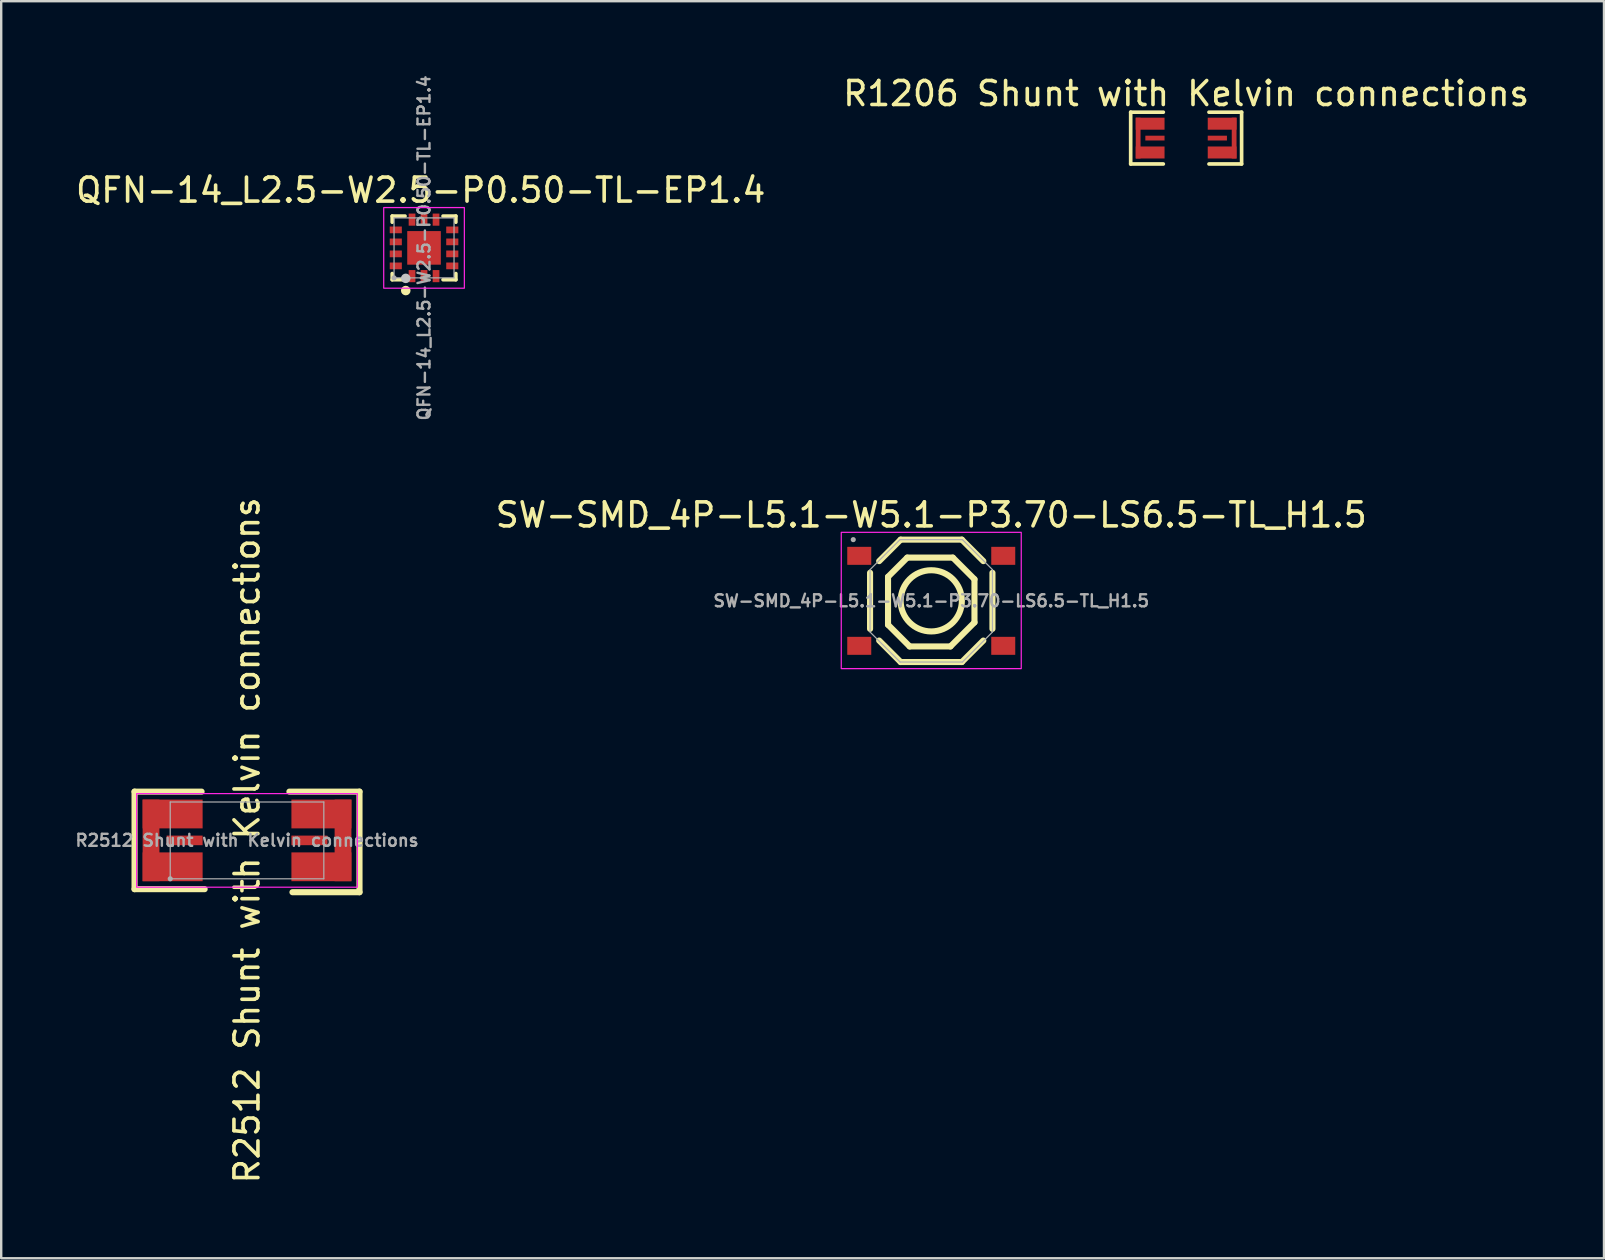
<source format=kicad_pcb>
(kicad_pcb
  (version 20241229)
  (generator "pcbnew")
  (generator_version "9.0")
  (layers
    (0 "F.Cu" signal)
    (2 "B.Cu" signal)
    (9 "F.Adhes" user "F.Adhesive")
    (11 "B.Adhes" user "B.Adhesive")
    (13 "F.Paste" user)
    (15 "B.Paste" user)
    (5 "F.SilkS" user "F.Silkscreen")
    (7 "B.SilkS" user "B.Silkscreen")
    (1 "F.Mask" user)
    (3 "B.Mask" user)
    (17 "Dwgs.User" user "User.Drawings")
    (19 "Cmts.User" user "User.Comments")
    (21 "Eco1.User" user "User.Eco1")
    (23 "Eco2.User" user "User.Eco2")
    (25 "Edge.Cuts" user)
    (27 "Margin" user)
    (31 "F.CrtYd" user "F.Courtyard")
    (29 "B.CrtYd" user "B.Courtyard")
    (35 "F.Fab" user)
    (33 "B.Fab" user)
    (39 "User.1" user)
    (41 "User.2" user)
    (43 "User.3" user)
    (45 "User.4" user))
  (footprint "SW-SMD_4P-L5.1-W5.1-P3.70-LS6.5-TL_H1.5"
    (layer "F.Cu")
    (at 35.754 21.986)
    (property "Reference" "SW-SMD_4P-L5.1-W5.1-P3.70-LS6.5-TL_H1.5" (at 0 -3.58 0) (layer "F.SilkS") (effects (font (size 1 1) (thickness 0.15))))
    (fp_line (start -2.55 -1.169) (end -2.55 1.169) (stroke (width 0.254) (type default)) (layer "F.SilkS"))
    (fp_line (start -2.17 1.655) (end -1.275 2.55) (stroke (width 0.254) (type default)) (layer "F.SilkS"))
    (fp_line (start -1.801 -1.001) (end -1.001 -1.801) (stroke (width 0.254) (type default)) (layer "F.SilkS"))
    (fp_line (start -1.801 0.998) (end -1.801 -1.001) (stroke (width 0.254) (type default)) (layer "F.SilkS"))
    (fp_line (start -1.275 -2.55) (end -2.17 -1.655) (stroke (width 0.254) (type default)) (layer "F.SilkS"))
    (fp_line (start -1.275 -2.55) (end 1.275 -2.55) (stroke (width 0.254) (type default)) (layer "F.SilkS"))
    (fp_line (start -1.275 2.55) (end 1.275 2.55) (stroke (width 0.254) (type default)) (layer "F.SilkS"))
    (fp_line (start -1.001 -1.801) (end 0.899 -1.801) (stroke (width 0.254) (type default)) (layer "F.SilkS"))
    (fp_line (start -0.899 1.9) (end -1.801 0.998) (stroke (width 0.254) (type default)) (layer "F.SilkS"))
    (fp_line (start 0.8 1.9) (end -0.899 1.9) (stroke (width 0.254) (type default)) (layer "F.SilkS"))
    (fp_line (start 0.899 -1.801) (end 1.801 -0.899) (stroke (width 0.254) (type default)) (layer "F.SilkS"))
    (fp_line (start 1.275 -2.55) (end 2.17 -1.655) (stroke (width 0.254) (type default)) (layer "F.SilkS"))
    (fp_line (start 1.801 -0.899) (end 1.801 0.899) (stroke (width 0.254) (type default)) (layer "F.SilkS"))
    (fp_line (start 1.801 0.899) (end 0.8 1.9) (stroke (width 0.254) (type default)) (layer "F.SilkS"))
    (fp_line (start 2.17 1.655) (end 1.275 2.55) (stroke (width 0.254) (type default)) (layer "F.SilkS"))
    (fp_line (start 2.55 -1.169) (end 2.55 1.169) (stroke (width 0.254) (type default)) (layer "F.SilkS"))
    (fp_circle (center 0 0) (end 1.275 0) (stroke (width 0.254) (type default)) (fill no) (layer "F.SilkS"))
    (fp_rect (start -3.75 -2.855) (end 3.75 2.825) (stroke (width 0.05) (type default)) (fill no) (layer "F.CrtYd"))
    (fp_line (start -2.55 -1.3) (end -1.3 -2.55) (stroke (width 0.051) (type default)) (layer "F.Fab"))
    (fp_line (start -2.55 1.3) (end -2.55 -1.3) (stroke (width 0.051) (type default)) (layer "F.Fab"))
    (fp_line (start -1.3 -2.55) (end 1.3 -2.55) (stroke (width 0.051) (type default)) (layer "F.Fab"))
    (fp_line (start -1.3 2.55) (end -2.55 1.3) (stroke (width 0.051) (type default)) (layer "F.Fab"))
    (fp_line (start 1.3 -2.55) (end 2.55 -1.3) (stroke (width 0.051) (type default)) (layer "F.Fab"))
    (fp_line (start 1.3 2.55) (end -1.3 2.55) (stroke (width 0.051) (type default)) (layer "F.Fab"))
    (fp_line (start 2.55 -1.3) (end 2.55 1.3) (stroke (width 0.051) (type default)) (layer "F.Fab"))
    (fp_line (start 2.55 1.3) (end 1.3 2.55) (stroke (width 0.051) (type default)) (layer "F.Fab"))
    (fp_poly (pts (xy -3.195 -2.573) (xy -3.227 -2.605) (xy -3.273 -2.605) (xy -3.305 -2.573) (xy -3.305 -2.527) (xy -3.273 -2.495) (xy -3.227 -2.495) (xy -3.195 -2.527)) (stroke (width 0.1) (type default)) (fill no) (layer "F.Fab"))
    (fp_poly (pts (xy -3.25 -1.599) (xy -3.25 -2.099) (xy -2.85 -2.099) (xy -2.85 -1.599)) (stroke (width 0.1) (type default)) (fill no) (layer "User.1"))
    (fp_poly (pts (xy -3.25 2.1) (xy -3.25 1.601) (xy -2.85 1.601) (xy -2.85 2.1)) (stroke (width 0.1) (type default)) (fill no) (layer "User.1"))
    (fp_poly (pts (xy -2.2 -1.599) (xy -1.7 -2.099) (xy -2.86 -2.1) (xy -2.86 -1.6)) (stroke (width 0.1) (type default)) (fill no) (layer "User.1"))
    (fp_poly (pts (xy -2.2 1.6) (xy -1.7 2.1) (xy -2.86 2.1) (xy -2.86 1.6)) (stroke (width 0.1) (type default)) (fill no) (layer "User.1"))
    (fp_poly (pts (xy 2.2 -1.6) (xy 1.7 -2.1) (xy 2.86 -2.1) (xy 2.86 -1.601)) (stroke (width 0.1) (type default)) (fill no) (layer "User.1"))
    (fp_poly (pts (xy 2.201 1.601) (xy 1.7 2.1) (xy 2.861 2.101) (xy 2.861 1.601)) (stroke (width 0.1) (type default)) (fill no) (layer "User.1"))
    (fp_poly (pts (xy 2.85 -1.601) (xy 2.85 -2.1) (xy 3.25 -2.1) (xy 3.25 -1.601)) (stroke (width 0.1) (type default)) (fill no) (layer "User.1"))
    (fp_poly (pts (xy 2.85 2.1) (xy 2.85 1.601) (xy 3.25 1.601) (xy 3.25 2.1)) (stroke (width 0.1) (type default)) (fill no) (layer "User.1"))
    (fp_text user "${REFERENCE}" (at 0 0 0) (layer "F.Fab") (effects (font (size 0.5 0.5) (thickness 0.1))))
    (pad "1" smd rect (at -3 -1.875) (size 1 0.75) (layers "F.Cu" "F.Mask" "F.Paste"))
    (pad "2" smd rect (at 3 -1.875) (size 1 0.75) (layers "F.Cu" "F.Mask" "F.Paste"))
    (pad "3" smd rect (at -3 1.875) (size 1 0.75) (layers "F.Cu" "F.Mask" "F.Paste"))
    (pad "4" smd rect (at 3 1.875) (size 1 0.75) (layers "F.Cu" "F.Mask" "F.Paste")))
  (footprint "R1206 Shunt with Kelvin connections"
    (layer "F.Cu")
    (at 46.375 2.704)
    (property "Reference" "R1206 Shunt with Kelvin connections" (at 0 -1.855 0) (layer "F.SilkS") (effects (font (size 1 1) (thickness 0.15))))
    (fp_line (start -2.311 -1.079) (end -0.951 -1.079) (stroke (width 0.152) (type default)) (layer "F.SilkS"))
    (fp_line (start -2.311 1.079) (end -2.311 -1.079) (stroke (width 0.152) (type default)) (layer "F.SilkS"))
    (fp_line (start -0.951 1.079) (end -2.311 1.079) (stroke (width 0.152) (type default)) (layer "F.SilkS"))
    (fp_line (start 0.951 1.079) (end 2.311 1.079) (stroke (width 0.152) (type default)) (layer "F.SilkS"))
    (fp_line (start 2.311 -1.079) (end 0.951 -1.079) (stroke (width 0.152) (type default)) (layer "F.SilkS"))
    (fp_line (start 2.311 1.079) (end 2.311 -1.079) (stroke (width 0.152) (type default)) (layer "F.SilkS"))
    (fp_poly (pts (xy -1.55 0.787) (xy -1.55 -0.787) (xy -1.1 -0.787) (xy -1.1 0.787)) (stroke (width 0.1) (type default)) (fill no) (layer "User.1"))
    (fp_poly (pts (xy 1.55 0.787) (xy 1.55 -0.787) (xy 1.1 -0.787) (xy 1.1 0.787)) (stroke (width 0.1) (type default)) (fill no) (layer "User.1"))
    (fp_line (start -1.55 -0.787) (end 1.55 -0.787) (stroke (width 0.051) (type default)) (layer "User.2"))
    (fp_line (start -1.55 0.787) (end -1.55 -0.787) (stroke (width 0.051) (type default)) (layer "User.2"))
    (fp_line (start 1.55 -0.787) (end 1.55 0.787) (stroke (width 0.051) (type default)) (layer "User.2"))
    (fp_line (start 1.55 0.787) (end -1.55 0.787) (stroke (width 0.051) (type default)) (layer "User.2"))
    (fp_poly (pts (xy -1.495 0.765) (xy -1.527 0.732) (xy -1.573 0.732) (xy -1.605 0.765) (xy -1.605 0.81) (xy -1.573 0.843) (xy -1.527 0.843) (xy -1.495 0.81)) (stroke (width 0.1) (type default)) (fill no) (layer "User.3"))
    (pad "1" smd rect (at -2 0) (size 0.2 1.7) (layers "F.Cu"))
    (pad "1" smd rect (at -1.5 -0.6) (size 1.2 0.5) (layers "F.Cu" "F.Mask" "F.Paste") (padstack (mode custom) (layer "B.Cu" (shape rect) (size 1.208 0.5))))
    (pad "1" smd rect (at -1.5 0.6) (size 1.2 0.5) (layers "F.Cu" "F.Mask" "F.Paste") (padstack (mode custom) (layer "B.Cu" (shape rect) (size 1.208 0.5))))
    (pad "2" smd rect (at 1.5 -0.6) (size 1.2 0.5) (layers "F.Cu" "F.Mask" "F.Paste") (padstack (mode custom) (layer "B.Cu" (shape rect) (size 1.208 0.5))))
    (pad "2" smd rect (at 1.5 0.6) (size 1.2 0.5) (layers "F.Cu" "F.Mask" "F.Paste") (padstack (mode custom) (layer "B.Cu" (shape rect) (size 1.208 0.5))))
    (pad "2" smd rect (at 2 0) (size 0.2 1.7) (layers "F.Cu"))
    (pad "3" smd rect (at -1.3 0) (size 0.8 0.2) (layers "F.Cu" "F.Mask" "F.Paste"))
    (pad "4" smd rect (at 1.3 0) (size 0.8 0.2) (layers "F.Cu" "F.Mask" "F.Paste")))
  (footprint "QFN-14_L2.5-W2.5-P0.50-TL-EP1.4"
    (layer "F.Cu")
    (at 14.619 7.279)
    (property "Reference" "QFN-14_L2.5-W2.5-P0.50-TL-EP1.4" (at -0.137 -2.405 0) (layer "F.SilkS") (effects (font (size 1 1) (thickness 0.15))))
    (fp_line (start -1.326 -1.326) (end -1.326 -1.07) (stroke (width 0.152) (type default)) (layer "F.SilkS"))
    (fp_line (start -1.326 -1.326) (end -0.792 -1.326) (stroke (width 0.152) (type default)) (layer "F.SilkS"))
    (fp_line (start -1.326 1.07) (end -1.326 1.326) (stroke (width 0.152) (type default)) (layer "F.SilkS"))
    (fp_line (start -1.326 1.326) (end -0.792 1.326) (stroke (width 0.152) (type default)) (layer "F.SilkS"))
    (fp_line (start 1.326 -1.326) (end 0.792 -1.326) (stroke (width 0.152) (type default)) (layer "F.SilkS"))
    (fp_line (start 1.326 -1.326) (end 1.326 -1.07) (stroke (width 0.152) (type default)) (layer "F.SilkS"))
    (fp_line (start 1.326 1.07) (end 1.326 1.326) (stroke (width 0.152) (type default)) (layer "F.SilkS"))
    (fp_line (start 1.326 1.326) (end 0.792 1.326) (stroke (width 0.152) (type default)) (layer "F.SilkS"))
    (fp_circle (center -0.762 1.778) (end -0.762 1.678) (stroke (width 0.2) (type default)) (fill no) (layer "F.SilkS"))
    (fp_circle (center -0.762 1.27) (end -0.762 1.17) (stroke (width 0.2) (type default)) (fill no) (layer "Dwgs.User"))
    (fp_rect (start -1.68 -1.68) (end 1.68 1.68) (stroke (width 0.05) (type default)) (fill no) (layer "F.CrtYd"))
    (fp_line (start -1.25 -1.25) (end -1.25 1.25) (stroke (width 0.051) (type default)) (layer "F.Fab"))
    (fp_line (start -1.25 1.25) (end 1.25 1.25) (stroke (width 0.051) (type default)) (layer "F.Fab"))
    (fp_line (start 1.25 -1.25) (end -1.25 -1.25) (stroke (width 0.051) (type default)) (layer "F.Fab"))
    (fp_line (start 1.25 1.25) (end 1.25 -1.25) (stroke (width 0.051) (type default)) (layer "F.Fab"))
    (fp_poly (pts (xy -1.273 1.195) (xy -1.305 1.227) (xy -1.305 1.273) (xy -1.273 1.305) (xy -1.227 1.305) (xy -1.195 1.273) (xy -1.195 1.227) (xy -1.227 1.195)) (stroke (width 0.1) (type default)) (fill no) (layer "F.Fab"))
    (fp_rect (start -1.25 -0.875) (end -0.95 -0.625) (stroke (width 0.1) (type default)) (fill no) (layer "User.1"))
    (fp_rect (start -1.25 -0.375) (end -0.95 -0.125) (stroke (width 0.1) (type default)) (fill no) (layer "User.1"))
    (fp_rect (start -1.25 0.125) (end -0.95 0.375) (stroke (width 0.1) (type default)) (fill no) (layer "User.1"))
    (fp_rect (start -1.25 0.625) (end -0.95 0.875) (stroke (width 0.1) (type default)) (fill no) (layer "User.1"))
    (fp_rect (start -0.625 -1.25) (end -0.375 -0.95) (stroke (width 0.1) (type default)) (fill no) (layer "User.1"))
    (fp_rect (start -0.625 0.95) (end -0.375 1.25) (stroke (width 0.1) (type default)) (fill no) (layer "User.1"))
    (fp_rect (start -0.125 -1.25) (end 0.125 -0.95) (stroke (width 0.1) (type default)) (fill no) (layer "User.1"))
    (fp_rect (start -0.125 0.95) (end 0.125 1.25) (stroke (width 0.1) (type default)) (fill no) (layer "User.1"))
    (fp_rect (start 0.375 -1.25) (end 0.625 -0.95) (stroke (width 0.1) (type default)) (fill no) (layer "User.1"))
    (fp_rect (start 0.375 0.95) (end 0.625 1.25) (stroke (width 0.1) (type default)) (fill no) (layer "User.1"))
    (fp_rect (start 0.95 -0.875) (end 1.25 -0.625) (stroke (width 0.1) (type default)) (fill no) (layer "User.1"))
    (fp_rect (start 0.95 -0.375) (end 1.25 -0.125) (stroke (width 0.1) (type default)) (fill no) (layer "User.1"))
    (fp_rect (start 0.95 0.125) (end 1.25 0.375) (stroke (width 0.1) (type default)) (fill no) (layer "User.1"))
    (fp_rect (start 0.95 0.625) (end 1.25 0.875) (stroke (width 0.1) (type default)) (fill no) (layer "User.1"))
    (fp_poly (pts (xy -0.7 0.56) (xy -0.7 -0.7) (xy 0.7 -0.7) (xy 0.7 0.7) (xy -0.56 0.7)) (stroke (width 0.1) (type default)) (fill no) (layer "User.1"))
    (fp_text user "${REFERENCE}" (at 0 0 90) (layer "F.Fab") (effects (font (size 0.5 0.5) (thickness 0.1))))
    (pad "1" smd rect (at -0.5 1.177 90) (size 0.505 0.28) (layers "F.Cu" "F.Mask" "F.Paste"))
    (pad "2" smd rect (at 0 1.177 90) (size 0.505 0.28) (layers "F.Cu" "F.Mask" "F.Paste"))
    (pad "3" smd rect (at 0.5 1.177 90) (size 0.505 0.28) (layers "F.Cu" "F.Mask" "F.Paste"))
    (pad "4" smd rect (at 1.177 0.75 90) (size 0.28 0.505) (layers "F.Cu" "F.Mask" "F.Paste"))
    (pad "5" smd rect (at 1.177 0.25 90) (size 0.28 0.505) (layers "F.Cu" "F.Mask" "F.Paste"))
    (pad "6" smd rect (at 1.177 -0.25 90) (size 0.28 0.505) (layers "F.Cu" "F.Mask" "F.Paste"))
    (pad "7" smd rect (at 1.177 -0.75 90) (size 0.28 0.505) (layers "F.Cu" "F.Mask" "F.Paste"))
    (pad "8" smd rect (at 0.5 -1.177 90) (size 0.505 0.28) (layers "F.Cu" "F.Mask" "F.Paste"))
    (pad "9" smd rect (at 0 -1.177 90) (size 0.505 0.28) (layers "F.Cu" "F.Mask" "F.Paste"))
    (pad "10" smd rect (at -0.5 -1.177 90) (size 0.505 0.28) (layers "F.Cu" "F.Mask" "F.Paste"))
    (pad "11" smd rect (at -1.177 -0.75 90) (size 0.28 0.505) (layers "F.Cu" "F.Mask" "F.Paste"))
    (pad "12" smd rect (at -1.177 -0.25 90) (size 0.28 0.505) (layers "F.Cu" "F.Mask" "F.Paste"))
    (pad "13" smd rect (at -1.177 0.25 90) (size 0.28 0.505) (layers "F.Cu" "F.Mask" "F.Paste"))
    (pad "14" smd rect (at -1.177 0.75 90) (size 0.28 0.505) (layers "F.Cu" "F.Mask" "F.Paste"))
    (pad "15" smd rect (at 0 0 90) (size 1.4 1.4) (layers "F.Cu" "F.Mask" "F.Paste")))
  (footprint "R2512 Shunt with Kelvin connections"
    (layer "F.Cu")
    (at 7.243 31.968)
    (property "Reference" "R2512 Shunt with Kelvin connections" (at 0 0 90) (layer "F.SilkS") (effects (font (size 1 1) (thickness 0.15))))
    (fp_line (start -4.687 -2.032) (end -4.687 2.032) (stroke (width 0.254) (type default)) (layer "F.SilkS"))
    (fp_line (start -4.687 2.032) (end -1.766 2.032) (stroke (width 0.254) (type default)) (layer "F.SilkS"))
    (fp_line (start -1.893 -2.032) (end -4.687 -2.032) (stroke (width 0.254) (type default)) (layer "F.SilkS"))
    (fp_line (start 1.893 2.159) (end 4.687 2.159) (stroke (width 0.254) (type default)) (layer "F.SilkS"))
    (fp_line (start 4.687 -2.032) (end 1.766 -2.032) (stroke (width 0.254) (type default)) (layer "F.SilkS"))
    (fp_line (start 4.687 2.159) (end 4.687 -2.032) (stroke (width 0.254) (type default)) (layer "F.SilkS"))
    (fp_rect (start -4.6 -1.95) (end 4.6 1.95) (stroke (width 0.05) (type default)) (fill no) (layer "F.CrtYd"))
    (fp_line (start -3.2 -1.6) (end 3.2 -1.6) (stroke (width 0.051) (type default)) (layer "F.Fab"))
    (fp_line (start -3.2 1.6) (end -3.2 -1.6) (stroke (width 0.051) (type default)) (layer "F.Fab"))
    (fp_line (start 3.2 -1.6) (end 3.2 1.6) (stroke (width 0.051) (type default)) (layer "F.Fab"))
    (fp_line (start 3.2 1.6) (end -3.2 1.6) (stroke (width 0.051) (type default)) (layer "F.Fab"))
    (fp_poly (pts (xy -3.145 1.577) (xy -3.177 1.545) (xy -3.223 1.545) (xy -3.255 1.577) (xy -3.255 1.623) (xy -3.223 1.655) (xy -3.177 1.655) (xy -3.145 1.623)) (stroke (width 0.1) (type default)) (fill no) (layer "F.Fab"))
    (fp_poly (pts (xy -3.2 -1.6) (xy -2.3 -1.6) (xy -2.3 1.6) (xy -3.2 1.6)) (stroke (width 0.1) (type default)) (fill no) (layer "User.1"))
    (fp_poly (pts (xy 2.3 -1.6) (xy 3.2 -1.6) (xy 3.2 1.6) (xy 2.3 1.6)) (stroke (width 0.1) (type default)) (fill no) (layer "User.1"))
    (fp_text user "${REFERENCE}" (at 0 0 0) (layer "F.Fab") (effects (font (size 0.5 0.5) (thickness 0.1))))
    (pad "1" smd rect (at -4 0) (size 0.7 3.4) (layers "F.Cu" "F.Paste"))
    (pad "1" smd rect (at -3.1 -1.1) (size 2.5 1.2) (layers "F.Cu" "F.Mask" "F.Paste"))
    (pad "1" smd rect (at -3.1 1.1) (size 2.5 1.2) (layers "F.Cu" "F.Mask" "F.Paste"))
    (pad "2" smd rect (at 3.1 -1.1) (size 2.5 1.2) (layers "F.Cu" "F.Mask" "F.Paste"))
    (pad "2" smd rect (at 3.1 1.1) (size 2.5 1.2) (layers "F.Cu" "F.Mask" "F.Paste"))
    (pad "2" smd rect (at 4 0) (size 0.7 3.4) (layers "F.Cu" "F.Paste"))
    (pad "3" smd rect (at -2.6 0) (size 1.5 0.4) (layers "F.Cu" "F.Mask" "F.Paste"))
    (pad "4" smd rect (at 2.6 0) (size 1.5 0.4) (layers "F.Cu" "F.Mask" "F.Paste")))
  (gr_rect
    (start -3 -3)
    (end 63.786 49.379)
    (stroke (width 0.1) (type default))
    (fill no)
    (layer "Edge.Cuts")))
</source>
